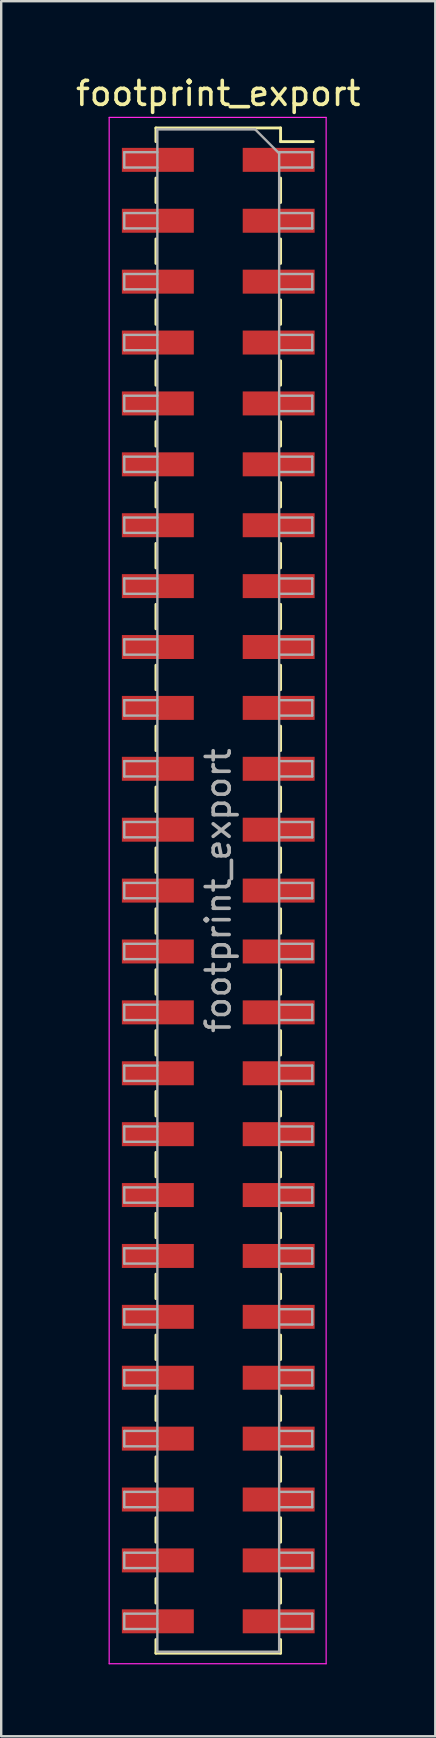
<source format=kicad_pcb>
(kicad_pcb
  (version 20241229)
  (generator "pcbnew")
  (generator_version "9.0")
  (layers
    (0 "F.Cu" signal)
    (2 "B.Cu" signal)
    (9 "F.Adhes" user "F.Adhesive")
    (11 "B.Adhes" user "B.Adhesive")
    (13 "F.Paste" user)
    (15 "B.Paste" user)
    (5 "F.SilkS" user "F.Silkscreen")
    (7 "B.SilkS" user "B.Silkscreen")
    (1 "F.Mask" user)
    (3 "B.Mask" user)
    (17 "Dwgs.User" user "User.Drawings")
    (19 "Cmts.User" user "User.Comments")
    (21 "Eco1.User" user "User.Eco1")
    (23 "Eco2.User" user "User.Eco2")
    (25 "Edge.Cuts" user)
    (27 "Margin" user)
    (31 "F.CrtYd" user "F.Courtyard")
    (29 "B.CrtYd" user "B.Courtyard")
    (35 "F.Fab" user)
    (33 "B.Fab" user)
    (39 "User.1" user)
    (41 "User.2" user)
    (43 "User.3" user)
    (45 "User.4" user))
  (footprint "footprint_export"
    (layer "F.Cu")
    (at 6.054 34.098)
    (property "Reference" "footprint_export" (at 0 -33.25 0) (layer "F.SilkS") (effects (font (size 1 1) (thickness 0.15))))
    (attr smd)
    (fp_line (start -2.6 -31.81) (end -2.6 -31.24) (stroke (width 0.12) (type solid)) (layer "F.SilkS"))
    (fp_line (start -2.6 -31.81) (end 2.6 -31.81) (stroke (width 0.12) (type solid)) (layer "F.SilkS"))
    (fp_line (start -2.6 -29.72) (end -2.6 -28.7) (stroke (width 0.12) (type solid)) (layer "F.SilkS"))
    (fp_line (start -2.6 -27.18) (end -2.6 -26.16) (stroke (width 0.12) (type solid)) (layer "F.SilkS"))
    (fp_line (start -2.6 -24.64) (end -2.6 -23.62) (stroke (width 0.12) (type solid)) (layer "F.SilkS"))
    (fp_line (start -2.6 -22.1) (end -2.6 -21.08) (stroke (width 0.12) (type solid)) (layer "F.SilkS"))
    (fp_line (start -2.6 -19.56) (end -2.6 -18.54) (stroke (width 0.12) (type solid)) (layer "F.SilkS"))
    (fp_line (start -2.6 -17.02) (end -2.6 -16) (stroke (width 0.12) (type solid)) (layer "F.SilkS"))
    (fp_line (start -2.6 -14.48) (end -2.6 -13.46) (stroke (width 0.12) (type solid)) (layer "F.SilkS"))
    (fp_line (start -2.6 -11.94) (end -2.6 -10.92) (stroke (width 0.12) (type solid)) (layer "F.SilkS"))
    (fp_line (start -2.6 -9.4) (end -2.6 -8.38) (stroke (width 0.12) (type solid)) (layer "F.SilkS"))
    (fp_line (start -2.6 -6.86) (end -2.6 -5.84) (stroke (width 0.12) (type solid)) (layer "F.SilkS"))
    (fp_line (start -2.6 -4.32) (end -2.6 -3.3) (stroke (width 0.12) (type solid)) (layer "F.SilkS"))
    (fp_line (start -2.6 -1.78) (end -2.6 -0.76) (stroke (width 0.12) (type solid)) (layer "F.SilkS"))
    (fp_line (start -2.6 0.76) (end -2.6 1.78) (stroke (width 0.12) (type solid)) (layer "F.SilkS"))
    (fp_line (start -2.6 3.3) (end -2.6 4.32) (stroke (width 0.12) (type solid)) (layer "F.SilkS"))
    (fp_line (start -2.6 5.84) (end -2.6 6.86) (stroke (width 0.12) (type solid)) (layer "F.SilkS"))
    (fp_line (start -2.6 8.38) (end -2.6 9.4) (stroke (width 0.12) (type solid)) (layer "F.SilkS"))
    (fp_line (start -2.6 10.92) (end -2.6 11.94) (stroke (width 0.12) (type solid)) (layer "F.SilkS"))
    (fp_line (start -2.6 13.46) (end -2.6 14.48) (stroke (width 0.12) (type solid)) (layer "F.SilkS"))
    (fp_line (start -2.6 16) (end -2.6 17.02) (stroke (width 0.12) (type solid)) (layer "F.SilkS"))
    (fp_line (start -2.6 18.54) (end -2.6 19.56) (stroke (width 0.12) (type solid)) (layer "F.SilkS"))
    (fp_line (start -2.6 21.08) (end -2.6 22.1) (stroke (width 0.12) (type solid)) (layer "F.SilkS"))
    (fp_line (start -2.6 23.62) (end -2.6 24.64) (stroke (width 0.12) (type solid)) (layer "F.SilkS"))
    (fp_line (start -2.6 26.16) (end -2.6 27.18) (stroke (width 0.12) (type solid)) (layer "F.SilkS"))
    (fp_line (start -2.6 28.7) (end -2.6 29.72) (stroke (width 0.12) (type solid)) (layer "F.SilkS"))
    (fp_line (start -2.6 31.24) (end -2.6 31.81) (stroke (width 0.12) (type solid)) (layer "F.SilkS"))
    (fp_line (start -2.6 31.81) (end 2.6 31.81) (stroke (width 0.12) (type solid)) (layer "F.SilkS"))
    (fp_line (start 2.6 -31.81) (end 2.6 -31.24) (stroke (width 0.12) (type solid)) (layer "F.SilkS"))
    (fp_line (start 2.6 -31.24) (end 3.96 -31.24) (stroke (width 0.12) (type solid)) (layer "F.SilkS"))
    (fp_line (start 2.6 -29.72) (end 2.6 -28.7) (stroke (width 0.12) (type solid)) (layer "F.SilkS"))
    (fp_line (start 2.6 -27.18) (end 2.6 -26.16) (stroke (width 0.12) (type solid)) (layer "F.SilkS"))
    (fp_line (start 2.6 -24.64) (end 2.6 -23.62) (stroke (width 0.12) (type solid)) (layer "F.SilkS"))
    (fp_line (start 2.6 -22.1) (end 2.6 -21.08) (stroke (width 0.12) (type solid)) (layer "F.SilkS"))
    (fp_line (start 2.6 -19.56) (end 2.6 -18.54) (stroke (width 0.12) (type solid)) (layer "F.SilkS"))
    (fp_line (start 2.6 -17.02) (end 2.6 -16) (stroke (width 0.12) (type solid)) (layer "F.SilkS"))
    (fp_line (start 2.6 -14.48) (end 2.6 -13.46) (stroke (width 0.12) (type solid)) (layer "F.SilkS"))
    (fp_line (start 2.6 -11.94) (end 2.6 -10.92) (stroke (width 0.12) (type solid)) (layer "F.SilkS"))
    (fp_line (start 2.6 -9.4) (end 2.6 -8.38) (stroke (width 0.12) (type solid)) (layer "F.SilkS"))
    (fp_line (start 2.6 -6.86) (end 2.6 -5.84) (stroke (width 0.12) (type solid)) (layer "F.SilkS"))
    (fp_line (start 2.6 -4.32) (end 2.6 -3.3) (stroke (width 0.12) (type solid)) (layer "F.SilkS"))
    (fp_line (start 2.6 -1.78) (end 2.6 -0.76) (stroke (width 0.12) (type solid)) (layer "F.SilkS"))
    (fp_line (start 2.6 0.76) (end 2.6 1.78) (stroke (width 0.12) (type solid)) (layer "F.SilkS"))
    (fp_line (start 2.6 3.3) (end 2.6 4.32) (stroke (width 0.12) (type solid)) (layer "F.SilkS"))
    (fp_line (start 2.6 5.84) (end 2.6 6.86) (stroke (width 0.12) (type solid)) (layer "F.SilkS"))
    (fp_line (start 2.6 8.38) (end 2.6 9.4) (stroke (width 0.12) (type solid)) (layer "F.SilkS"))
    (fp_line (start 2.6 10.92) (end 2.6 11.94) (stroke (width 0.12) (type solid)) (layer "F.SilkS"))
    (fp_line (start 2.6 13.46) (end 2.6 14.48) (stroke (width 0.12) (type solid)) (layer "F.SilkS"))
    (fp_line (start 2.6 16) (end 2.6 17.02) (stroke (width 0.12) (type solid)) (layer "F.SilkS"))
    (fp_line (start 2.6 18.54) (end 2.6 19.56) (stroke (width 0.12) (type solid)) (layer "F.SilkS"))
    (fp_line (start 2.6 21.08) (end 2.6 22.1) (stroke (width 0.12) (type solid)) (layer "F.SilkS"))
    (fp_line (start 2.6 23.62) (end 2.6 24.64) (stroke (width 0.12) (type solid)) (layer "F.SilkS"))
    (fp_line (start 2.6 26.16) (end 2.6 27.18) (stroke (width 0.12) (type solid)) (layer "F.SilkS"))
    (fp_line (start 2.6 28.7) (end 2.6 29.72) (stroke (width 0.12) (type solid)) (layer "F.SilkS"))
    (fp_line (start 2.6 31.24) (end 2.6 31.81) (stroke (width 0.12) (type solid)) (layer "F.SilkS"))
    (fp_line (start -4.55 -32.25) (end 4.5 -32.25) (stroke (width 0.05) (type solid)) (layer "F.CrtYd"))
    (fp_line (start -4.55 32.25) (end -4.55 -32.25) (stroke (width 0.05) (type solid)) (layer "F.CrtYd"))
    (fp_line (start 4.5 -32.25) (end 4.5 32.25) (stroke (width 0.05) (type solid)) (layer "F.CrtYd"))
    (fp_line (start 4.5 32.25) (end -4.55 32.25) (stroke (width 0.05) (type solid)) (layer "F.CrtYd"))
    (fp_line (start -3.92 -30.8) (end -2.54 -30.8) (stroke (width 0.1) (type solid)) (layer "F.Fab"))
    (fp_line (start -3.92 -30.16) (end -3.92 -30.8) (stroke (width 0.1) (type solid)) (layer "F.Fab"))
    (fp_line (start -3.92 -28.26) (end -2.54 -28.26) (stroke (width 0.1) (type solid)) (layer "F.Fab"))
    (fp_line (start -3.92 -27.62) (end -3.92 -28.26) (stroke (width 0.1) (type solid)) (layer "F.Fab"))
    (fp_line (start -3.92 -25.72) (end -2.54 -25.72) (stroke (width 0.1) (type solid)) (layer "F.Fab"))
    (fp_line (start -3.92 -25.08) (end -3.92 -25.72) (stroke (width 0.1) (type solid)) (layer "F.Fab"))
    (fp_line (start -3.92 -23.18) (end -2.54 -23.18) (stroke (width 0.1) (type solid)) (layer "F.Fab"))
    (fp_line (start -3.92 -22.54) (end -3.92 -23.18) (stroke (width 0.1) (type solid)) (layer "F.Fab"))
    (fp_line (start -3.92 -20.64) (end -2.54 -20.64) (stroke (width 0.1) (type solid)) (layer "F.Fab"))
    (fp_line (start -3.92 -20) (end -3.92 -20.64) (stroke (width 0.1) (type solid)) (layer "F.Fab"))
    (fp_line (start -3.92 -18.1) (end -2.54 -18.1) (stroke (width 0.1) (type solid)) (layer "F.Fab"))
    (fp_line (start -3.92 -17.46) (end -3.92 -18.1) (stroke (width 0.1) (type solid)) (layer "F.Fab"))
    (fp_line (start -3.92 -15.56) (end -2.54 -15.56) (stroke (width 0.1) (type solid)) (layer "F.Fab"))
    (fp_line (start -3.92 -14.92) (end -3.92 -15.56) (stroke (width 0.1) (type solid)) (layer "F.Fab"))
    (fp_line (start -3.92 -13.02) (end -2.54 -13.02) (stroke (width 0.1) (type solid)) (layer "F.Fab"))
    (fp_line (start -3.92 -12.38) (end -3.92 -13.02) (stroke (width 0.1) (type solid)) (layer "F.Fab"))
    (fp_line (start -3.92 -10.48) (end -2.54 -10.48) (stroke (width 0.1) (type solid)) (layer "F.Fab"))
    (fp_line (start -3.92 -9.84) (end -3.92 -10.48) (stroke (width 0.1) (type solid)) (layer "F.Fab"))
    (fp_line (start -3.92 -7.94) (end -2.54 -7.94) (stroke (width 0.1) (type solid)) (layer "F.Fab"))
    (fp_line (start -3.92 -7.3) (end -3.92 -7.94) (stroke (width 0.1) (type solid)) (layer "F.Fab"))
    (fp_line (start -3.92 -5.4) (end -2.54 -5.4) (stroke (width 0.1) (type solid)) (layer "F.Fab"))
    (fp_line (start -3.92 -4.76) (end -3.92 -5.4) (stroke (width 0.1) (type solid)) (layer "F.Fab"))
    (fp_line (start -3.92 -2.86) (end -2.54 -2.86) (stroke (width 0.1) (type solid)) (layer "F.Fab"))
    (fp_line (start -3.92 -2.22) (end -3.92 -2.86) (stroke (width 0.1) (type solid)) (layer "F.Fab"))
    (fp_line (start -3.92 -0.32) (end -2.54 -0.32) (stroke (width 0.1) (type solid)) (layer "F.Fab"))
    (fp_line (start -3.92 0.32) (end -3.92 -0.32) (stroke (width 0.1) (type solid)) (layer "F.Fab"))
    (fp_line (start -3.92 2.22) (end -2.54 2.22) (stroke (width 0.1) (type solid)) (layer "F.Fab"))
    (fp_line (start -3.92 2.86) (end -3.92 2.22) (stroke (width 0.1) (type solid)) (layer "F.Fab"))
    (fp_line (start -3.92 4.76) (end -2.54 4.76) (stroke (width 0.1) (type solid)) (layer "F.Fab"))
    (fp_line (start -3.92 5.4) (end -3.92 4.76) (stroke (width 0.1) (type solid)) (layer "F.Fab"))
    (fp_line (start -3.92 7.3) (end -2.54 7.3) (stroke (width 0.1) (type solid)) (layer "F.Fab"))
    (fp_line (start -3.92 7.94) (end -3.92 7.3) (stroke (width 0.1) (type solid)) (layer "F.Fab"))
    (fp_line (start -3.92 9.84) (end -2.54 9.84) (stroke (width 0.1) (type solid)) (layer "F.Fab"))
    (fp_line (start -3.92 10.48) (end -3.92 9.84) (stroke (width 0.1) (type solid)) (layer "F.Fab"))
    (fp_line (start -3.92 12.38) (end -2.54 12.38) (stroke (width 0.1) (type solid)) (layer "F.Fab"))
    (fp_line (start -3.92 13.02) (end -3.92 12.38) (stroke (width 0.1) (type solid)) (layer "F.Fab"))
    (fp_line (start -3.92 14.92) (end -2.54 14.92) (stroke (width 0.1) (type solid)) (layer "F.Fab"))
    (fp_line (start -3.92 15.56) (end -3.92 14.92) (stroke (width 0.1) (type solid)) (layer "F.Fab"))
    (fp_line (start -3.92 17.46) (end -2.54 17.46) (stroke (width 0.1) (type solid)) (layer "F.Fab"))
    (fp_line (start -3.92 18.1) (end -3.92 17.46) (stroke (width 0.1) (type solid)) (layer "F.Fab"))
    (fp_line (start -3.92 20) (end -2.54 20) (stroke (width 0.1) (type solid)) (layer "F.Fab"))
    (fp_line (start -3.92 20.64) (end -3.92 20) (stroke (width 0.1) (type solid)) (layer "F.Fab"))
    (fp_line (start -3.92 22.54) (end -2.54 22.54) (stroke (width 0.1) (type solid)) (layer "F.Fab"))
    (fp_line (start -3.92 23.18) (end -3.92 22.54) (stroke (width 0.1) (type solid)) (layer "F.Fab"))
    (fp_line (start -3.92 25.08) (end -2.54 25.08) (stroke (width 0.1) (type solid)) (layer "F.Fab"))
    (fp_line (start -3.92 25.72) (end -3.92 25.08) (stroke (width 0.1) (type solid)) (layer "F.Fab"))
    (fp_line (start -3.92 27.62) (end -2.54 27.62) (stroke (width 0.1) (type solid)) (layer "F.Fab"))
    (fp_line (start -3.92 28.26) (end -3.92 27.62) (stroke (width 0.1) (type solid)) (layer "F.Fab"))
    (fp_line (start -3.92 30.16) (end -2.54 30.16) (stroke (width 0.1) (type solid)) (layer "F.Fab"))
    (fp_line (start -3.92 30.8) (end -3.92 30.16) (stroke (width 0.1) (type solid)) (layer "F.Fab"))
    (fp_line (start -2.54 -31.75) (end 1.54 -31.75) (stroke (width 0.1) (type solid)) (layer "F.Fab"))
    (fp_line (start -2.54 -30.16) (end -3.92 -30.16) (stroke (width 0.1) (type solid)) (layer "F.Fab"))
    (fp_line (start -2.54 -27.62) (end -3.92 -27.62) (stroke (width 0.1) (type solid)) (layer "F.Fab"))
    (fp_line (start -2.54 -25.08) (end -3.92 -25.08) (stroke (width 0.1) (type solid)) (layer "F.Fab"))
    (fp_line (start -2.54 -22.54) (end -3.92 -22.54) (stroke (width 0.1) (type solid)) (layer "F.Fab"))
    (fp_line (start -2.54 -20) (end -3.92 -20) (stroke (width 0.1) (type solid)) (layer "F.Fab"))
    (fp_line (start -2.54 -17.46) (end -3.92 -17.46) (stroke (width 0.1) (type solid)) (layer "F.Fab"))
    (fp_line (start -2.54 -14.92) (end -3.92 -14.92) (stroke (width 0.1) (type solid)) (layer "F.Fab"))
    (fp_line (start -2.54 -12.38) (end -3.92 -12.38) (stroke (width 0.1) (type solid)) (layer "F.Fab"))
    (fp_line (start -2.54 -9.84) (end -3.92 -9.84) (stroke (width 0.1) (type solid)) (layer "F.Fab"))
    (fp_line (start -2.54 -7.3) (end -3.92 -7.3) (stroke (width 0.1) (type solid)) (layer "F.Fab"))
    (fp_line (start -2.54 -4.76) (end -3.92 -4.76) (stroke (width 0.1) (type solid)) (layer "F.Fab"))
    (fp_line (start -2.54 -2.22) (end -3.92 -2.22) (stroke (width 0.1) (type solid)) (layer "F.Fab"))
    (fp_line (start -2.54 0.32) (end -3.92 0.32) (stroke (width 0.1) (type solid)) (layer "F.Fab"))
    (fp_line (start -2.54 2.86) (end -3.92 2.86) (stroke (width 0.1) (type solid)) (layer "F.Fab"))
    (fp_line (start -2.54 5.4) (end -3.92 5.4) (stroke (width 0.1) (type solid)) (layer "F.Fab"))
    (fp_line (start -2.54 7.94) (end -3.92 7.94) (stroke (width 0.1) (type solid)) (layer "F.Fab"))
    (fp_line (start -2.54 10.48) (end -3.92 10.48) (stroke (width 0.1) (type solid)) (layer "F.Fab"))
    (fp_line (start -2.54 13.02) (end -3.92 13.02) (stroke (width 0.1) (type solid)) (layer "F.Fab"))
    (fp_line (start -2.54 15.56) (end -3.92 15.56) (stroke (width 0.1) (type solid)) (layer "F.Fab"))
    (fp_line (start -2.54 18.1) (end -3.92 18.1) (stroke (width 0.1) (type solid)) (layer "F.Fab"))
    (fp_line (start -2.54 20.64) (end -3.92 20.64) (stroke (width 0.1) (type solid)) (layer "F.Fab"))
    (fp_line (start -2.54 23.18) (end -3.92 23.18) (stroke (width 0.1) (type solid)) (layer "F.Fab"))
    (fp_line (start -2.54 25.72) (end -3.92 25.72) (stroke (width 0.1) (type solid)) (layer "F.Fab"))
    (fp_line (start -2.54 28.26) (end -3.92 28.26) (stroke (width 0.1) (type solid)) (layer "F.Fab"))
    (fp_line (start -2.54 30.8) (end -3.92 30.8) (stroke (width 0.1) (type solid)) (layer "F.Fab"))
    (fp_line (start -2.54 31.75) (end -2.54 -31.75) (stroke (width 0.1) (type solid)) (layer "F.Fab"))
    (fp_line (start 1.54 -31.75) (end 2.54 -30.75) (stroke (width 0.1) (type solid)) (layer "F.Fab"))
    (fp_line (start 2.54 -30.8) (end 3.92 -30.8) (stroke (width 0.1) (type solid)) (layer "F.Fab"))
    (fp_line (start 2.54 -30.75) (end 2.54 31.75) (stroke (width 0.1) (type solid)) (layer "F.Fab"))
    (fp_line (start 2.54 -28.26) (end 3.92 -28.26) (stroke (width 0.1) (type solid)) (layer "F.Fab"))
    (fp_line (start 2.54 -25.72) (end 3.92 -25.72) (stroke (width 0.1) (type solid)) (layer "F.Fab"))
    (fp_line (start 2.54 -23.18) (end 3.92 -23.18) (stroke (width 0.1) (type solid)) (layer "F.Fab"))
    (fp_line (start 2.54 -20.64) (end 3.92 -20.64) (stroke (width 0.1) (type solid)) (layer "F.Fab"))
    (fp_line (start 2.54 -18.1) (end 3.92 -18.1) (stroke (width 0.1) (type solid)) (layer "F.Fab"))
    (fp_line (start 2.54 -15.56) (end 3.92 -15.56) (stroke (width 0.1) (type solid)) (layer "F.Fab"))
    (fp_line (start 2.54 -13.02) (end 3.92 -13.02) (stroke (width 0.1) (type solid)) (layer "F.Fab"))
    (fp_line (start 2.54 -10.48) (end 3.92 -10.48) (stroke (width 0.1) (type solid)) (layer "F.Fab"))
    (fp_line (start 2.54 -7.94) (end 3.92 -7.94) (stroke (width 0.1) (type solid)) (layer "F.Fab"))
    (fp_line (start 2.54 -5.4) (end 3.92 -5.4) (stroke (width 0.1) (type solid)) (layer "F.Fab"))
    (fp_line (start 2.54 -2.86) (end 3.92 -2.86) (stroke (width 0.1) (type solid)) (layer "F.Fab"))
    (fp_line (start 2.54 -0.32) (end 3.92 -0.32) (stroke (width 0.1) (type solid)) (layer "F.Fab"))
    (fp_line (start 2.54 2.22) (end 3.92 2.22) (stroke (width 0.1) (type solid)) (layer "F.Fab"))
    (fp_line (start 2.54 4.76) (end 3.92 4.76) (stroke (width 0.1) (type solid)) (layer "F.Fab"))
    (fp_line (start 2.54 7.3) (end 3.92 7.3) (stroke (width 0.1) (type solid)) (layer "F.Fab"))
    (fp_line (start 2.54 9.84) (end 3.92 9.84) (stroke (width 0.1) (type solid)) (layer "F.Fab"))
    (fp_line (start 2.54 12.38) (end 3.92 12.38) (stroke (width 0.1) (type solid)) (layer "F.Fab"))
    (fp_line (start 2.54 14.92) (end 3.92 14.92) (stroke (width 0.1) (type solid)) (layer "F.Fab"))
    (fp_line (start 2.54 17.46) (end 3.92 17.46) (stroke (width 0.1) (type solid)) (layer "F.Fab"))
    (fp_line (start 2.54 20) (end 3.92 20) (stroke (width 0.1) (type solid)) (layer "F.Fab"))
    (fp_line (start 2.54 22.54) (end 3.92 22.54) (stroke (width 0.1) (type solid)) (layer "F.Fab"))
    (fp_line (start 2.54 25.08) (end 3.92 25.08) (stroke (width 0.1) (type solid)) (layer "F.Fab"))
    (fp_line (start 2.54 27.62) (end 3.92 27.62) (stroke (width 0.1) (type solid)) (layer "F.Fab"))
    (fp_line (start 2.54 30.16) (end 3.92 30.16) (stroke (width 0.1) (type solid)) (layer "F.Fab"))
    (fp_line (start 2.54 31.75) (end -2.54 31.75) (stroke (width 0.1) (type solid)) (layer "F.Fab"))
    (fp_line (start 3.92 -30.8) (end 3.92 -30.16) (stroke (width 0.1) (type solid)) (layer "F.Fab"))
    (fp_line (start 3.92 -30.16) (end 2.54 -30.16) (stroke (width 0.1) (type solid)) (layer "F.Fab"))
    (fp_line (start 3.92 -28.26) (end 3.92 -27.62) (stroke (width 0.1) (type solid)) (layer "F.Fab"))
    (fp_line (start 3.92 -27.62) (end 2.54 -27.62) (stroke (width 0.1) (type solid)) (layer "F.Fab"))
    (fp_line (start 3.92 -25.72) (end 3.92 -25.08) (stroke (width 0.1) (type solid)) (layer "F.Fab"))
    (fp_line (start 3.92 -25.08) (end 2.54 -25.08) (stroke (width 0.1) (type solid)) (layer "F.Fab"))
    (fp_line (start 3.92 -23.18) (end 3.92 -22.54) (stroke (width 0.1) (type solid)) (layer "F.Fab"))
    (fp_line (start 3.92 -22.54) (end 2.54 -22.54) (stroke (width 0.1) (type solid)) (layer "F.Fab"))
    (fp_line (start 3.92 -20.64) (end 3.92 -20) (stroke (width 0.1) (type solid)) (layer "F.Fab"))
    (fp_line (start 3.92 -20) (end 2.54 -20) (stroke (width 0.1) (type solid)) (layer "F.Fab"))
    (fp_line (start 3.92 -18.1) (end 3.92 -17.46) (stroke (width 0.1) (type solid)) (layer "F.Fab"))
    (fp_line (start 3.92 -17.46) (end 2.54 -17.46) (stroke (width 0.1) (type solid)) (layer "F.Fab"))
    (fp_line (start 3.92 -15.56) (end 3.92 -14.92) (stroke (width 0.1) (type solid)) (layer "F.Fab"))
    (fp_line (start 3.92 -14.92) (end 2.54 -14.92) (stroke (width 0.1) (type solid)) (layer "F.Fab"))
    (fp_line (start 3.92 -13.02) (end 3.92 -12.38) (stroke (width 0.1) (type solid)) (layer "F.Fab"))
    (fp_line (start 3.92 -12.38) (end 2.54 -12.38) (stroke (width 0.1) (type solid)) (layer "F.Fab"))
    (fp_line (start 3.92 -10.48) (end 3.92 -9.84) (stroke (width 0.1) (type solid)) (layer "F.Fab"))
    (fp_line (start 3.92 -9.84) (end 2.54 -9.84) (stroke (width 0.1) (type solid)) (layer "F.Fab"))
    (fp_line (start 3.92 -7.94) (end 3.92 -7.3) (stroke (width 0.1) (type solid)) (layer "F.Fab"))
    (fp_line (start 3.92 -7.3) (end 2.54 -7.3) (stroke (width 0.1) (type solid)) (layer "F.Fab"))
    (fp_line (start 3.92 -5.4) (end 3.92 -4.76) (stroke (width 0.1) (type solid)) (layer "F.Fab"))
    (fp_line (start 3.92 -4.76) (end 2.54 -4.76) (stroke (width 0.1) (type solid)) (layer "F.Fab"))
    (fp_line (start 3.92 -2.86) (end 3.92 -2.22) (stroke (width 0.1) (type solid)) (layer "F.Fab"))
    (fp_line (start 3.92 -2.22) (end 2.54 -2.22) (stroke (width 0.1) (type solid)) (layer "F.Fab"))
    (fp_line (start 3.92 -0.32) (end 3.92 0.32) (stroke (width 0.1) (type solid)) (layer "F.Fab"))
    (fp_line (start 3.92 0.32) (end 2.54 0.32) (stroke (width 0.1) (type solid)) (layer "F.Fab"))
    (fp_line (start 3.92 2.22) (end 3.92 2.86) (stroke (width 0.1) (type solid)) (layer "F.Fab"))
    (fp_line (start 3.92 2.86) (end 2.54 2.86) (stroke (width 0.1) (type solid)) (layer "F.Fab"))
    (fp_line (start 3.92 4.76) (end 3.92 5.4) (stroke (width 0.1) (type solid)) (layer "F.Fab"))
    (fp_line (start 3.92 5.4) (end 2.54 5.4) (stroke (width 0.1) (type solid)) (layer "F.Fab"))
    (fp_line (start 3.92 7.3) (end 3.92 7.94) (stroke (width 0.1) (type solid)) (layer "F.Fab"))
    (fp_line (start 3.92 7.94) (end 2.54 7.94) (stroke (width 0.1) (type solid)) (layer "F.Fab"))
    (fp_line (start 3.92 9.84) (end 3.92 10.48) (stroke (width 0.1) (type solid)) (layer "F.Fab"))
    (fp_line (start 3.92 10.48) (end 2.54 10.48) (stroke (width 0.1) (type solid)) (layer "F.Fab"))
    (fp_line (start 3.92 12.38) (end 3.92 13.02) (stroke (width 0.1) (type solid)) (layer "F.Fab"))
    (fp_line (start 3.92 13.02) (end 2.54 13.02) (stroke (width 0.1) (type solid)) (layer "F.Fab"))
    (fp_line (start 3.92 14.92) (end 3.92 15.56) (stroke (width 0.1) (type solid)) (layer "F.Fab"))
    (fp_line (start 3.92 15.56) (end 2.54 15.56) (stroke (width 0.1) (type solid)) (layer "F.Fab"))
    (fp_line (start 3.92 17.46) (end 3.92 18.1) (stroke (width 0.1) (type solid)) (layer "F.Fab"))
    (fp_line (start 3.92 18.1) (end 2.54 18.1) (stroke (width 0.1) (type solid)) (layer "F.Fab"))
    (fp_line (start 3.92 20) (end 3.92 20.64) (stroke (width 0.1) (type solid)) (layer "F.Fab"))
    (fp_line (start 3.92 20.64) (end 2.54 20.64) (stroke (width 0.1) (type solid)) (layer "F.Fab"))
    (fp_line (start 3.92 22.54) (end 3.92 23.18) (stroke (width 0.1) (type solid)) (layer "F.Fab"))
    (fp_line (start 3.92 23.18) (end 2.54 23.18) (stroke (width 0.1) (type solid)) (layer "F.Fab"))
    (fp_line (start 3.92 25.08) (end 3.92 25.72) (stroke (width 0.1) (type solid)) (layer "F.Fab"))
    (fp_line (start 3.92 25.72) (end 2.54 25.72) (stroke (width 0.1) (type solid)) (layer "F.Fab"))
    (fp_line (start 3.92 27.62) (end 3.92 28.26) (stroke (width 0.1) (type solid)) (layer "F.Fab"))
    (fp_line (start 3.92 28.26) (end 2.54 28.26) (stroke (width 0.1) (type solid)) (layer "F.Fab"))
    (fp_line (start 3.92 30.16) (end 3.92 30.8) (stroke (width 0.1) (type solid)) (layer "F.Fab"))
    (fp_line (start 3.92 30.8) (end 2.54 30.8) (stroke (width 0.1) (type solid)) (layer "F.Fab"))
    (fp_text user "${REFERENCE}" (at 0 0 90) (layer "F.Fab") (effects (font (size 1 1) (thickness 0.15))))
    (pad "1" smd rect (at 2.52 -30.48) (size 3 1) (layers "F.Cu" "F.Mask" "F.Paste"))
    (pad "2" smd rect (at -2.52 -30.48) (size 3 1) (layers "F.Cu" "F.Mask" "F.Paste"))
    (pad "3" smd rect (at 2.52 -27.94) (size 3 1) (layers "F.Cu" "F.Mask" "F.Paste"))
    (pad "4" smd rect (at -2.52 -27.94) (size 3 1) (layers "F.Cu" "F.Mask" "F.Paste"))
    (pad "5" smd rect (at 2.52 -25.4) (size 3 1) (layers "F.Cu" "F.Mask" "F.Paste"))
    (pad "6" smd rect (at -2.52 -25.4) (size 3 1) (layers "F.Cu" "F.Mask" "F.Paste"))
    (pad "7" smd rect (at 2.52 -22.86) (size 3 1) (layers "F.Cu" "F.Mask" "F.Paste"))
    (pad "8" smd rect (at -2.52 -22.86) (size 3 1) (layers "F.Cu" "F.Mask" "F.Paste"))
    (pad "9" smd rect (at 2.52 -20.32) (size 3 1) (layers "F.Cu" "F.Mask" "F.Paste"))
    (pad "10" smd rect (at -2.52 -20.32) (size 3 1) (layers "F.Cu" "F.Mask" "F.Paste"))
    (pad "11" smd rect (at 2.52 -17.78) (size 3 1) (layers "F.Cu" "F.Mask" "F.Paste"))
    (pad "12" smd rect (at -2.52 -17.78) (size 3 1) (layers "F.Cu" "F.Mask" "F.Paste"))
    (pad "13" smd rect (at 2.52 -15.24) (size 3 1) (layers "F.Cu" "F.Mask" "F.Paste"))
    (pad "14" smd rect (at -2.52 -15.24) (size 3 1) (layers "F.Cu" "F.Mask" "F.Paste"))
    (pad "15" smd rect (at 2.52 -12.7) (size 3 1) (layers "F.Cu" "F.Mask" "F.Paste"))
    (pad "16" smd rect (at -2.52 -12.7) (size 3 1) (layers "F.Cu" "F.Mask" "F.Paste"))
    (pad "17" smd rect (at 2.52 -10.16) (size 3 1) (layers "F.Cu" "F.Mask" "F.Paste"))
    (pad "18" smd rect (at -2.52 -10.16) (size 3 1) (layers "F.Cu" "F.Mask" "F.Paste"))
    (pad "19" smd rect (at 2.52 -7.62) (size 3 1) (layers "F.Cu" "F.Mask" "F.Paste"))
    (pad "20" smd rect (at -2.52 -7.62) (size 3 1) (layers "F.Cu" "F.Mask" "F.Paste"))
    (pad "21" smd rect (at 2.52 -5.08) (size 3 1) (layers "F.Cu" "F.Mask" "F.Paste"))
    (pad "22" smd rect (at -2.52 -5.08) (size 3 1) (layers "F.Cu" "F.Mask" "F.Paste"))
    (pad "23" smd rect (at 2.52 -2.54) (size 3 1) (layers "F.Cu" "F.Mask" "F.Paste"))
    (pad "24" smd rect (at -2.52 -2.54) (size 3 1) (layers "F.Cu" "F.Mask" "F.Paste"))
    (pad "25" smd rect (at 2.52 0) (size 3 1) (layers "F.Cu" "F.Mask" "F.Paste"))
    (pad "26" smd rect (at -2.52 0) (size 3 1) (layers "F.Cu" "F.Mask" "F.Paste"))
    (pad "27" smd rect (at 2.52 2.54) (size 3 1) (layers "F.Cu" "F.Mask" "F.Paste"))
    (pad "28" smd rect (at -2.52 2.54) (size 3 1) (layers "F.Cu" "F.Mask" "F.Paste"))
    (pad "29" smd rect (at 2.52 5.08) (size 3 1) (layers "F.Cu" "F.Mask" "F.Paste"))
    (pad "30" smd rect (at -2.52 5.08) (size 3 1) (layers "F.Cu" "F.Mask" "F.Paste"))
    (pad "31" smd rect (at 2.52 7.62) (size 3 1) (layers "F.Cu" "F.Mask" "F.Paste"))
    (pad "32" smd rect (at -2.52 7.62) (size 3 1) (layers "F.Cu" "F.Mask" "F.Paste"))
    (pad "33" smd rect (at 2.52 10.16) (size 3 1) (layers "F.Cu" "F.Mask" "F.Paste"))
    (pad "34" smd rect (at -2.52 10.16) (size 3 1) (layers "F.Cu" "F.Mask" "F.Paste"))
    (pad "35" smd rect (at 2.52 12.7) (size 3 1) (layers "F.Cu" "F.Mask" "F.Paste"))
    (pad "36" smd rect (at -2.52 12.7) (size 3 1) (layers "F.Cu" "F.Mask" "F.Paste"))
    (pad "37" smd rect (at 2.52 15.24) (size 3 1) (layers "F.Cu" "F.Mask" "F.Paste"))
    (pad "38" smd rect (at -2.52 15.24) (size 3 1) (layers "F.Cu" "F.Mask" "F.Paste"))
    (pad "39" smd rect (at 2.52 17.78) (size 3 1) (layers "F.Cu" "F.Mask" "F.Paste"))
    (pad "40" smd rect (at -2.52 17.78) (size 3 1) (layers "F.Cu" "F.Mask" "F.Paste"))
    (pad "41" smd rect (at 2.52 20.32) (size 3 1) (layers "F.Cu" "F.Mask" "F.Paste"))
    (pad "42" smd rect (at -2.52 20.32) (size 3 1) (layers "F.Cu" "F.Mask" "F.Paste"))
    (pad "43" smd rect (at 2.52 22.86) (size 3 1) (layers "F.Cu" "F.Mask" "F.Paste"))
    (pad "44" smd rect (at -2.52 22.86) (size 3 1) (layers "F.Cu" "F.Mask" "F.Paste"))
    (pad "45" smd rect (at 2.52 25.4) (size 3 1) (layers "F.Cu" "F.Mask" "F.Paste"))
    (pad "46" smd rect (at -2.52 25.4) (size 3 1) (layers "F.Cu" "F.Mask" "F.Paste"))
    (pad "47" smd rect (at 2.52 27.94) (size 3 1) (layers "F.Cu" "F.Mask" "F.Paste"))
    (pad "48" smd rect (at -2.52 27.94) (size 3 1) (layers "F.Cu" "F.Mask" "F.Paste"))
    (pad "49" smd rect (at 2.52 30.48) (size 3 1) (layers "F.Cu" "F.Mask" "F.Paste"))
    (pad "50" smd rect (at -2.52 30.48) (size 3 1) (layers "F.Cu" "F.Mask" "F.Paste")))
  (gr_rect
    (start -3 -3)
    (end 15.107 69.373)
    (stroke (width 0.1) (type default))
    (fill no)
    (layer "Edge.Cuts")))
</source>
